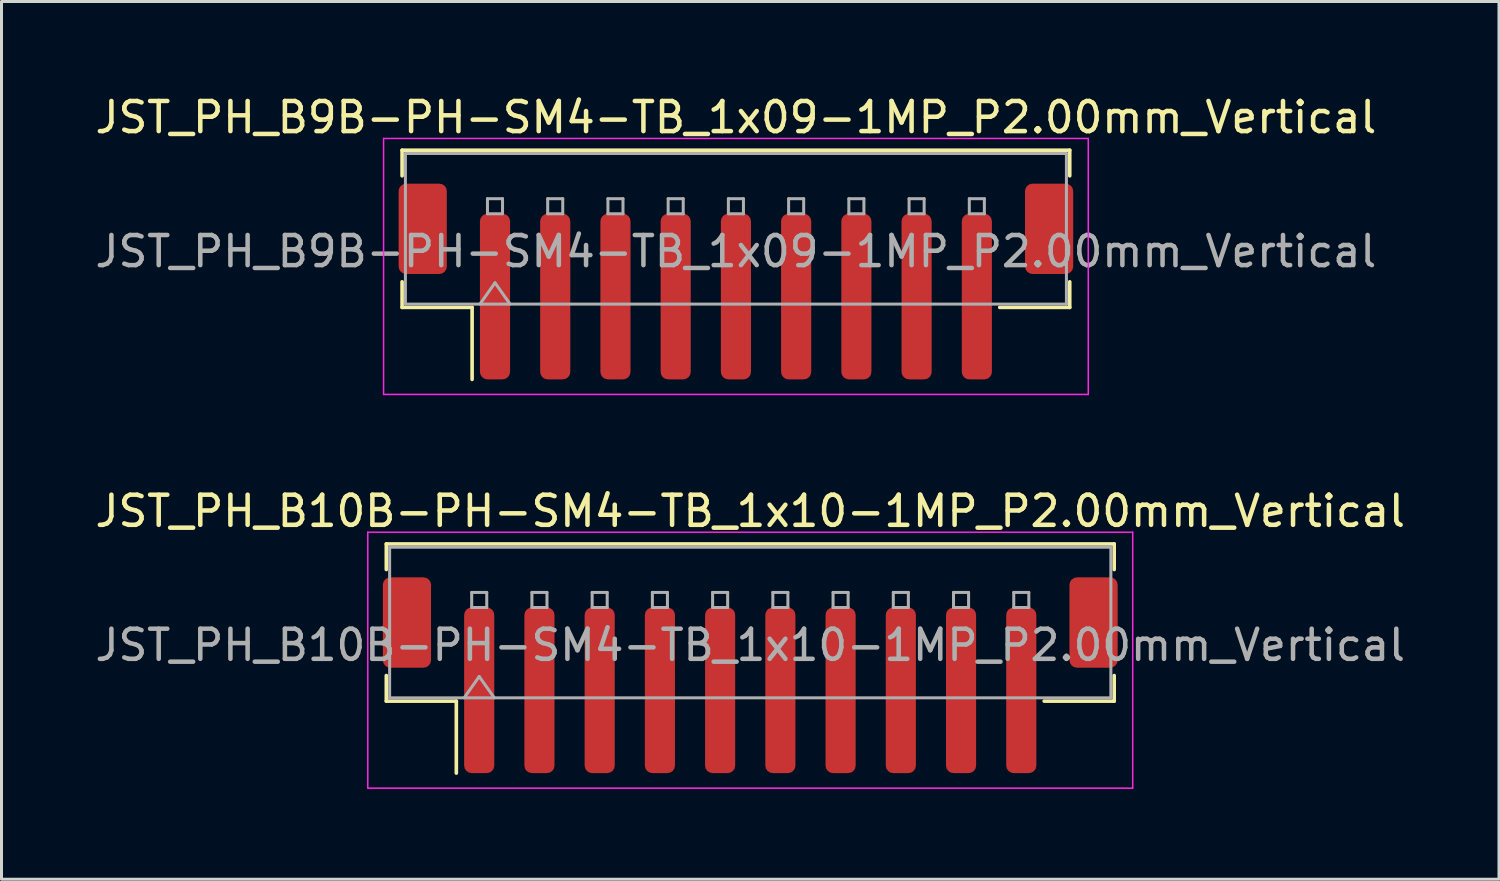
<source format=kicad_pcb>
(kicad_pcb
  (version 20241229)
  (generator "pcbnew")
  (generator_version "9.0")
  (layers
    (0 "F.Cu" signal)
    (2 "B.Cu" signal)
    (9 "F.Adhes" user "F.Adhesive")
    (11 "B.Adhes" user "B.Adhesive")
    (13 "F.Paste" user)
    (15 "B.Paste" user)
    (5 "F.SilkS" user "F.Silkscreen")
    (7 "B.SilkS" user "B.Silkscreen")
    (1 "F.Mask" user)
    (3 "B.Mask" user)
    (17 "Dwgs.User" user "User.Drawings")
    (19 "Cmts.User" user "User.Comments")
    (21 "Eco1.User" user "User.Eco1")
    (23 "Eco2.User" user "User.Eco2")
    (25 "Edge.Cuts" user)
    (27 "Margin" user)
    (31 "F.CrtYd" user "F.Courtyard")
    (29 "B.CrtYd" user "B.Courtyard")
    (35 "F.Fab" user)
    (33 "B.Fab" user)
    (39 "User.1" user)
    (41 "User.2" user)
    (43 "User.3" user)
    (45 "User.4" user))
  (footprint "JST_PH_B9B-PH-SM4-TB_1x09-1MP_P2.00mm_Vertical"
    (layer "F.Cu")
    (at 21.387 6.298)
    (property "Reference" "JST_PH_B9B-PH-SM4-TB_1x09-1MP_P2.00mm_Vertical" (at 0 -5.45 0) (layer "F.SilkS") (effects (font (size 1 1) (thickness 0.15))))
    (attr smd)
    (fp_line (start -11.085 -4.36) (end 11.085 -4.36) (stroke (width 0.12) (type solid)) (layer "F.SilkS"))
    (fp_line (start -11.085 -3.51) (end -11.085 -4.36) (stroke (width 0.12) (type solid)) (layer "F.SilkS"))
    (fp_line (start -11.085 0.01) (end -11.085 0.86) (stroke (width 0.12) (type solid)) (layer "F.SilkS"))
    (fp_line (start -11.085 0.86) (end -8.76 0.86) (stroke (width 0.12) (type solid)) (layer "F.SilkS"))
    (fp_line (start -8.76 0.86) (end -8.76 3.25) (stroke (width 0.12) (type solid)) (layer "F.SilkS"))
    (fp_line (start 11.085 -4.36) (end 11.085 -3.51) (stroke (width 0.12) (type solid)) (layer "F.SilkS"))
    (fp_line (start 11.085 0.01) (end 11.085 0.86) (stroke (width 0.12) (type solid)) (layer "F.SilkS"))
    (fp_line (start 11.085 0.86) (end 8.76 0.86) (stroke (width 0.12) (type solid)) (layer "F.SilkS"))
    (fp_line (start -11.7 -4.75) (end -11.7 3.75) (stroke (width 0.05) (type solid)) (layer "F.CrtYd"))
    (fp_line (start -11.7 3.75) (end 11.7 3.75) (stroke (width 0.05) (type solid)) (layer "F.CrtYd"))
    (fp_line (start 11.7 -4.75) (end -11.7 -4.75) (stroke (width 0.05) (type solid)) (layer "F.CrtYd"))
    (fp_line (start 11.7 3.75) (end 11.7 -4.75) (stroke (width 0.05) (type solid)) (layer "F.CrtYd"))
    (fp_line (start -10.975 -4.25) (end 10.975 -4.25) (stroke (width 0.1) (type solid)) (layer "F.Fab"))
    (fp_line (start -10.975 0.75) (end -10.975 -4.25) (stroke (width 0.1) (type solid)) (layer "F.Fab"))
    (fp_line (start -10.975 0.75) (end 10.975 0.75) (stroke (width 0.1) (type solid)) (layer "F.Fab"))
    (fp_line (start -8.5 0.75) (end -8 0.043) (stroke (width 0.1) (type solid)) (layer "F.Fab"))
    (fp_line (start -8.25 -2.75) (end -8.25 -2.25) (stroke (width 0.1) (type solid)) (layer "F.Fab"))
    (fp_line (start -8.25 -2.25) (end -7.75 -2.25) (stroke (width 0.1) (type solid)) (layer "F.Fab"))
    (fp_line (start -8 0.043) (end -7.5 0.75) (stroke (width 0.1) (type solid)) (layer "F.Fab"))
    (fp_line (start -7.75 -2.75) (end -8.25 -2.75) (stroke (width 0.1) (type solid)) (layer "F.Fab"))
    (fp_line (start -7.75 -2.25) (end -7.75 -2.75) (stroke (width 0.1) (type solid)) (layer "F.Fab"))
    (fp_line (start -6.25 -2.75) (end -6.25 -2.25) (stroke (width 0.1) (type solid)) (layer "F.Fab"))
    (fp_line (start -6.25 -2.25) (end -5.75 -2.25) (stroke (width 0.1) (type solid)) (layer "F.Fab"))
    (fp_line (start -5.75 -2.75) (end -6.25 -2.75) (stroke (width 0.1) (type solid)) (layer "F.Fab"))
    (fp_line (start -5.75 -2.25) (end -5.75 -2.75) (stroke (width 0.1) (type solid)) (layer "F.Fab"))
    (fp_line (start -4.25 -2.75) (end -4.25 -2.25) (stroke (width 0.1) (type solid)) (layer "F.Fab"))
    (fp_line (start -4.25 -2.25) (end -3.75 -2.25) (stroke (width 0.1) (type solid)) (layer "F.Fab"))
    (fp_line (start -3.75 -2.75) (end -4.25 -2.75) (stroke (width 0.1) (type solid)) (layer "F.Fab"))
    (fp_line (start -3.75 -2.25) (end -3.75 -2.75) (stroke (width 0.1) (type solid)) (layer "F.Fab"))
    (fp_line (start -2.25 -2.75) (end -2.25 -2.25) (stroke (width 0.1) (type solid)) (layer "F.Fab"))
    (fp_line (start -2.25 -2.25) (end -1.75 -2.25) (stroke (width 0.1) (type solid)) (layer "F.Fab"))
    (fp_line (start -1.75 -2.75) (end -2.25 -2.75) (stroke (width 0.1) (type solid)) (layer "F.Fab"))
    (fp_line (start -1.75 -2.25) (end -1.75 -2.75) (stroke (width 0.1) (type solid)) (layer "F.Fab"))
    (fp_line (start -0.25 -2.75) (end -0.25 -2.25) (stroke (width 0.1) (type solid)) (layer "F.Fab"))
    (fp_line (start -0.25 -2.25) (end 0.25 -2.25) (stroke (width 0.1) (type solid)) (layer "F.Fab"))
    (fp_line (start 0.25 -2.75) (end -0.25 -2.75) (stroke (width 0.1) (type solid)) (layer "F.Fab"))
    (fp_line (start 0.25 -2.25) (end 0.25 -2.75) (stroke (width 0.1) (type solid)) (layer "F.Fab"))
    (fp_line (start 1.75 -2.75) (end 1.75 -2.25) (stroke (width 0.1) (type solid)) (layer "F.Fab"))
    (fp_line (start 1.75 -2.25) (end 2.25 -2.25) (stroke (width 0.1) (type solid)) (layer "F.Fab"))
    (fp_line (start 2.25 -2.75) (end 1.75 -2.75) (stroke (width 0.1) (type solid)) (layer "F.Fab"))
    (fp_line (start 2.25 -2.25) (end 2.25 -2.75) (stroke (width 0.1) (type solid)) (layer "F.Fab"))
    (fp_line (start 3.75 -2.75) (end 3.75 -2.25) (stroke (width 0.1) (type solid)) (layer "F.Fab"))
    (fp_line (start 3.75 -2.25) (end 4.25 -2.25) (stroke (width 0.1) (type solid)) (layer "F.Fab"))
    (fp_line (start 4.25 -2.75) (end 3.75 -2.75) (stroke (width 0.1) (type solid)) (layer "F.Fab"))
    (fp_line (start 4.25 -2.25) (end 4.25 -2.75) (stroke (width 0.1) (type solid)) (layer "F.Fab"))
    (fp_line (start 5.75 -2.75) (end 5.75 -2.25) (stroke (width 0.1) (type solid)) (layer "F.Fab"))
    (fp_line (start 5.75 -2.25) (end 6.25 -2.25) (stroke (width 0.1) (type solid)) (layer "F.Fab"))
    (fp_line (start 6.25 -2.75) (end 5.75 -2.75) (stroke (width 0.1) (type solid)) (layer "F.Fab"))
    (fp_line (start 6.25 -2.25) (end 6.25 -2.75) (stroke (width 0.1) (type solid)) (layer "F.Fab"))
    (fp_line (start 7.75 -2.75) (end 7.75 -2.25) (stroke (width 0.1) (type solid)) (layer "F.Fab"))
    (fp_line (start 7.75 -2.25) (end 8.25 -2.25) (stroke (width 0.1) (type solid)) (layer "F.Fab"))
    (fp_line (start 8.25 -2.75) (end 7.75 -2.75) (stroke (width 0.1) (type solid)) (layer "F.Fab"))
    (fp_line (start 8.25 -2.25) (end 8.25 -2.75) (stroke (width 0.1) (type solid)) (layer "F.Fab"))
    (fp_line (start 10.975 0.75) (end 10.975 -4.25) (stroke (width 0.1) (type solid)) (layer "F.Fab"))
    (fp_text user "${REFERENCE}" (at 0 -1 0) (layer "F.Fab") (effects (font (size 1 1) (thickness 0.15))))
    (pad "1" smd roundrect (at -8 0.5) (size 1 5.5) (layers "F.Cu" "F.Mask" "F.Paste") (roundrect_rratio 0.25))
    (pad "2" smd roundrect (at -6 0.5) (size 1 5.5) (layers "F.Cu" "F.Mask" "F.Paste") (roundrect_rratio 0.25))
    (pad "3" smd roundrect (at -4 0.5) (size 1 5.5) (layers "F.Cu" "F.Mask" "F.Paste") (roundrect_rratio 0.25))
    (pad "4" smd roundrect (at -2 0.5) (size 1 5.5) (layers "F.Cu" "F.Mask" "F.Paste") (roundrect_rratio 0.25))
    (pad "5" smd roundrect (at 0 0.5) (size 1 5.5) (layers "F.Cu" "F.Mask" "F.Paste") (roundrect_rratio 0.25))
    (pad "6" smd roundrect (at 2 0.5) (size 1 5.5) (layers "F.Cu" "F.Mask" "F.Paste") (roundrect_rratio 0.25))
    (pad "7" smd roundrect (at 4 0.5) (size 1 5.5) (layers "F.Cu" "F.Mask" "F.Paste") (roundrect_rratio 0.25))
    (pad "8" smd roundrect (at 6 0.5) (size 1 5.5) (layers "F.Cu" "F.Mask" "F.Paste") (roundrect_rratio 0.25))
    (pad "9" smd roundrect (at 8 0.5) (size 1 5.5) (layers "F.Cu" "F.Mask" "F.Paste") (roundrect_rratio 0.25))
    (pad "MP" smd roundrect (at -10.4 -1.75) (size 1.6 3) (layers "F.Cu" "F.Mask" "F.Paste") (roundrect_rratio 0.156))
    (pad "MP" smd roundrect (at 10.4 -1.75) (size 1.6 3) (layers "F.Cu" "F.Mask" "F.Paste") (roundrect_rratio 0.156)))
  (footprint "JST_PH_B10B-PH-SM4-TB_1x10-1MP_P2.00mm_Vertical"
    (layer "F.Cu")
    (at 21.863 19.372)
    (property "Reference" "JST_PH_B10B-PH-SM4-TB_1x10-1MP_P2.00mm_Vertical" (at 0 -5.45 0) (layer "F.SilkS") (effects (font (size 1 1) (thickness 0.15))))
    (attr smd)
    (fp_line (start -12.085 -4.36) (end 12.085 -4.36) (stroke (width 0.12) (type solid)) (layer "F.SilkS"))
    (fp_line (start -12.085 -3.51) (end -12.085 -4.36) (stroke (width 0.12) (type solid)) (layer "F.SilkS"))
    (fp_line (start -12.085 0.01) (end -12.085 0.86) (stroke (width 0.12) (type solid)) (layer "F.SilkS"))
    (fp_line (start -12.085 0.86) (end -9.76 0.86) (stroke (width 0.12) (type solid)) (layer "F.SilkS"))
    (fp_line (start -9.76 0.86) (end -9.76 3.25) (stroke (width 0.12) (type solid)) (layer "F.SilkS"))
    (fp_line (start 12.085 -4.36) (end 12.085 -3.51) (stroke (width 0.12) (type solid)) (layer "F.SilkS"))
    (fp_line (start 12.085 0.01) (end 12.085 0.86) (stroke (width 0.12) (type solid)) (layer "F.SilkS"))
    (fp_line (start 12.085 0.86) (end 9.76 0.86) (stroke (width 0.12) (type solid)) (layer "F.SilkS"))
    (fp_line (start -12.7 -4.75) (end -12.7 3.75) (stroke (width 0.05) (type solid)) (layer "F.CrtYd"))
    (fp_line (start -12.7 3.75) (end 12.7 3.75) (stroke (width 0.05) (type solid)) (layer "F.CrtYd"))
    (fp_line (start 12.7 -4.75) (end -12.7 -4.75) (stroke (width 0.05) (type solid)) (layer "F.CrtYd"))
    (fp_line (start 12.7 3.75) (end 12.7 -4.75) (stroke (width 0.05) (type solid)) (layer "F.CrtYd"))
    (fp_line (start -11.975 -4.25) (end 11.975 -4.25) (stroke (width 0.1) (type solid)) (layer "F.Fab"))
    (fp_line (start -11.975 0.75) (end -11.975 -4.25) (stroke (width 0.1) (type solid)) (layer "F.Fab"))
    (fp_line (start -11.975 0.75) (end 11.975 0.75) (stroke (width 0.1) (type solid)) (layer "F.Fab"))
    (fp_line (start -9.5 0.75) (end -9 0.043) (stroke (width 0.1) (type solid)) (layer "F.Fab"))
    (fp_line (start -9.25 -2.75) (end -9.25 -2.25) (stroke (width 0.1) (type solid)) (layer "F.Fab"))
    (fp_line (start -9.25 -2.25) (end -8.75 -2.25) (stroke (width 0.1) (type solid)) (layer "F.Fab"))
    (fp_line (start -9 0.043) (end -8.5 0.75) (stroke (width 0.1) (type solid)) (layer "F.Fab"))
    (fp_line (start -8.75 -2.75) (end -9.25 -2.75) (stroke (width 0.1) (type solid)) (layer "F.Fab"))
    (fp_line (start -8.75 -2.25) (end -8.75 -2.75) (stroke (width 0.1) (type solid)) (layer "F.Fab"))
    (fp_line (start -7.25 -2.75) (end -7.25 -2.25) (stroke (width 0.1) (type solid)) (layer "F.Fab"))
    (fp_line (start -7.25 -2.25) (end -6.75 -2.25) (stroke (width 0.1) (type solid)) (layer "F.Fab"))
    (fp_line (start -6.75 -2.75) (end -7.25 -2.75) (stroke (width 0.1) (type solid)) (layer "F.Fab"))
    (fp_line (start -6.75 -2.25) (end -6.75 -2.75) (stroke (width 0.1) (type solid)) (layer "F.Fab"))
    (fp_line (start -5.25 -2.75) (end -5.25 -2.25) (stroke (width 0.1) (type solid)) (layer "F.Fab"))
    (fp_line (start -5.25 -2.25) (end -4.75 -2.25) (stroke (width 0.1) (type solid)) (layer "F.Fab"))
    (fp_line (start -4.75 -2.75) (end -5.25 -2.75) (stroke (width 0.1) (type solid)) (layer "F.Fab"))
    (fp_line (start -4.75 -2.25) (end -4.75 -2.75) (stroke (width 0.1) (type solid)) (layer "F.Fab"))
    (fp_line (start -3.25 -2.75) (end -3.25 -2.25) (stroke (width 0.1) (type solid)) (layer "F.Fab"))
    (fp_line (start -3.25 -2.25) (end -2.75 -2.25) (stroke (width 0.1) (type solid)) (layer "F.Fab"))
    (fp_line (start -2.75 -2.75) (end -3.25 -2.75) (stroke (width 0.1) (type solid)) (layer "F.Fab"))
    (fp_line (start -2.75 -2.25) (end -2.75 -2.75) (stroke (width 0.1) (type solid)) (layer "F.Fab"))
    (fp_line (start -1.25 -2.75) (end -1.25 -2.25) (stroke (width 0.1) (type solid)) (layer "F.Fab"))
    (fp_line (start -1.25 -2.25) (end -0.75 -2.25) (stroke (width 0.1) (type solid)) (layer "F.Fab"))
    (fp_line (start -0.75 -2.75) (end -1.25 -2.75) (stroke (width 0.1) (type solid)) (layer "F.Fab"))
    (fp_line (start -0.75 -2.25) (end -0.75 -2.75) (stroke (width 0.1) (type solid)) (layer "F.Fab"))
    (fp_line (start 0.75 -2.75) (end 0.75 -2.25) (stroke (width 0.1) (type solid)) (layer "F.Fab"))
    (fp_line (start 0.75 -2.25) (end 1.25 -2.25) (stroke (width 0.1) (type solid)) (layer "F.Fab"))
    (fp_line (start 1.25 -2.75) (end 0.75 -2.75) (stroke (width 0.1) (type solid)) (layer "F.Fab"))
    (fp_line (start 1.25 -2.25) (end 1.25 -2.75) (stroke (width 0.1) (type solid)) (layer "F.Fab"))
    (fp_line (start 2.75 -2.75) (end 2.75 -2.25) (stroke (width 0.1) (type solid)) (layer "F.Fab"))
    (fp_line (start 2.75 -2.25) (end 3.25 -2.25) (stroke (width 0.1) (type solid)) (layer "F.Fab"))
    (fp_line (start 3.25 -2.75) (end 2.75 -2.75) (stroke (width 0.1) (type solid)) (layer "F.Fab"))
    (fp_line (start 3.25 -2.25) (end 3.25 -2.75) (stroke (width 0.1) (type solid)) (layer "F.Fab"))
    (fp_line (start 4.75 -2.75) (end 4.75 -2.25) (stroke (width 0.1) (type solid)) (layer "F.Fab"))
    (fp_line (start 4.75 -2.25) (end 5.25 -2.25) (stroke (width 0.1) (type solid)) (layer "F.Fab"))
    (fp_line (start 5.25 -2.75) (end 4.75 -2.75) (stroke (width 0.1) (type solid)) (layer "F.Fab"))
    (fp_line (start 5.25 -2.25) (end 5.25 -2.75) (stroke (width 0.1) (type solid)) (layer "F.Fab"))
    (fp_line (start 6.75 -2.75) (end 6.75 -2.25) (stroke (width 0.1) (type solid)) (layer "F.Fab"))
    (fp_line (start 6.75 -2.25) (end 7.25 -2.25) (stroke (width 0.1) (type solid)) (layer "F.Fab"))
    (fp_line (start 7.25 -2.75) (end 6.75 -2.75) (stroke (width 0.1) (type solid)) (layer "F.Fab"))
    (fp_line (start 7.25 -2.25) (end 7.25 -2.75) (stroke (width 0.1) (type solid)) (layer "F.Fab"))
    (fp_line (start 8.75 -2.75) (end 8.75 -2.25) (stroke (width 0.1) (type solid)) (layer "F.Fab"))
    (fp_line (start 8.75 -2.25) (end 9.25 -2.25) (stroke (width 0.1) (type solid)) (layer "F.Fab"))
    (fp_line (start 9.25 -2.75) (end 8.75 -2.75) (stroke (width 0.1) (type solid)) (layer "F.Fab"))
    (fp_line (start 9.25 -2.25) (end 9.25 -2.75) (stroke (width 0.1) (type solid)) (layer "F.Fab"))
    (fp_line (start 11.975 0.75) (end 11.975 -4.25) (stroke (width 0.1) (type solid)) (layer "F.Fab"))
    (fp_text user "${REFERENCE}" (at 0 -1 0) (layer "F.Fab") (effects (font (size 1 1) (thickness 0.15))))
    (pad "1" smd roundrect (at -9 0.5) (size 1 5.5) (layers "F.Cu" "F.Mask" "F.Paste") (roundrect_rratio 0.25))
    (pad "2" smd roundrect (at -7 0.5) (size 1 5.5) (layers "F.Cu" "F.Mask" "F.Paste") (roundrect_rratio 0.25))
    (pad "3" smd roundrect (at -5 0.5) (size 1 5.5) (layers "F.Cu" "F.Mask" "F.Paste") (roundrect_rratio 0.25))
    (pad "4" smd roundrect (at -3 0.5) (size 1 5.5) (layers "F.Cu" "F.Mask" "F.Paste") (roundrect_rratio 0.25))
    (pad "5" smd roundrect (at -1 0.5) (size 1 5.5) (layers "F.Cu" "F.Mask" "F.Paste") (roundrect_rratio 0.25))
    (pad "6" smd roundrect (at 1 0.5) (size 1 5.5) (layers "F.Cu" "F.Mask" "F.Paste") (roundrect_rratio 0.25))
    (pad "7" smd roundrect (at 3 0.5) (size 1 5.5) (layers "F.Cu" "F.Mask" "F.Paste") (roundrect_rratio 0.25))
    (pad "8" smd roundrect (at 5 0.5) (size 1 5.5) (layers "F.Cu" "F.Mask" "F.Paste") (roundrect_rratio 0.25))
    (pad "9" smd roundrect (at 7 0.5) (size 1 5.5) (layers "F.Cu" "F.Mask" "F.Paste") (roundrect_rratio 0.25))
    (pad "10" smd roundrect (at 9 0.5) (size 1 5.5) (layers "F.Cu" "F.Mask" "F.Paste") (roundrect_rratio 0.25))
    (pad "MP" smd roundrect (at -11.4 -1.75) (size 1.6 3) (layers "F.Cu" "F.Mask" "F.Paste") (roundrect_rratio 0.156))
    (pad "MP" smd roundrect (at 11.4 -1.75) (size 1.6 3) (layers "F.Cu" "F.Mask" "F.Paste") (roundrect_rratio 0.156)))
  (gr_rect
    (start -3 -3)
    (end 46.726 26.146)
    (stroke (width 0.1) (type default))
    (fill no)
    (layer "Edge.Cuts")))
</source>
